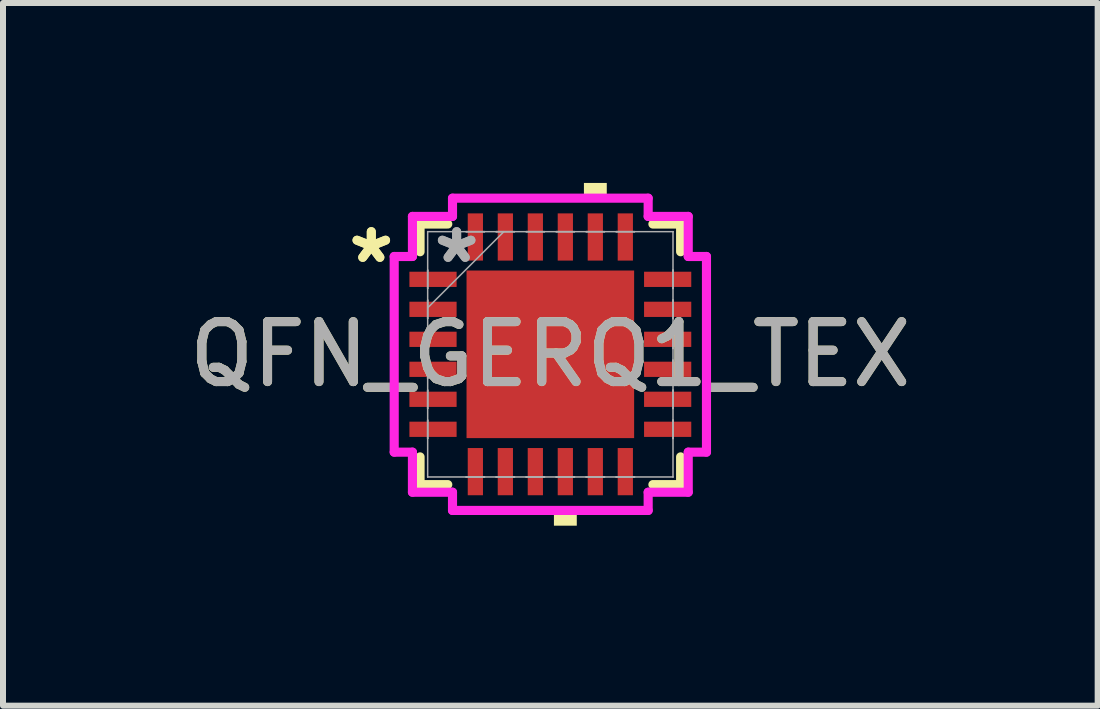
<source format=kicad_pcb>
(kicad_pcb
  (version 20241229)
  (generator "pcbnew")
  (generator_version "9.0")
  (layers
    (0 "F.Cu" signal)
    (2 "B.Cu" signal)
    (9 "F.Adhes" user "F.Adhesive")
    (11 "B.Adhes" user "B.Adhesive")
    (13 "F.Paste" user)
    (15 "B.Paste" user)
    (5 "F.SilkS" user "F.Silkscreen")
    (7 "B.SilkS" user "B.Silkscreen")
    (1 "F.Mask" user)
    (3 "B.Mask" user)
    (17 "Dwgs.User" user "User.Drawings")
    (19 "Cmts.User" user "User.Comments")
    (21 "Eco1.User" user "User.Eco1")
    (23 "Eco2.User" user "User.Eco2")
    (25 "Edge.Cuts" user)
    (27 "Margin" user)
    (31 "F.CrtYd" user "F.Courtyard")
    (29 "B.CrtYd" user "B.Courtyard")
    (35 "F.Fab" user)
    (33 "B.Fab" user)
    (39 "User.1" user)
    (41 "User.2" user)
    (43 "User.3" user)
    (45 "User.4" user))
  (footprint "QFN_GERQ1_TEX"
    (layer "F.Cu")
    (at 6.125 2.857)
    (property "Reference" "QFN_GERQ1_TEX" (at 0 0 0) (unlocked yes) (layer "F.SilkS") (effects (font (size 1 1) (thickness 0.15))))
    (attr smd)
    (fp_line (start -2.172 -2.172) (end -2.172 -1.71) (stroke (width 0.152) (type solid)) (layer "F.SilkS"))
    (fp_line (start -2.172 1.71) (end -2.172 2.172) (stroke (width 0.152) (type solid)) (layer "F.SilkS"))
    (fp_line (start -2.172 2.172) (end -1.71 2.172) (stroke (width 0.152) (type solid)) (layer "F.SilkS"))
    (fp_line (start -1.71 -2.172) (end -2.172 -2.172) (stroke (width 0.152) (type solid)) (layer "F.SilkS"))
    (fp_line (start 1.71 2.172) (end 2.172 2.172) (stroke (width 0.152) (type solid)) (layer "F.SilkS"))
    (fp_line (start 2.172 -2.172) (end 1.71 -2.172) (stroke (width 0.152) (type solid)) (layer "F.SilkS"))
    (fp_line (start 2.172 -1.71) (end 2.172 -2.172) (stroke (width 0.152) (type solid)) (layer "F.SilkS"))
    (fp_line (start 2.172 2.172) (end 2.172 1.71) (stroke (width 0.152) (type solid)) (layer "F.SilkS"))
    (fp_poly (pts (xy 0.06 2.603) (xy 0.06 2.857) (xy 0.441 2.857) (xy 0.441 2.603)) (stroke (width 0) (type solid)) (fill yes) (layer "F.SilkS"))
    (fp_poly (pts (xy 0.56 -2.603) (xy 0.56 -2.857) (xy 0.941 -2.857) (xy 0.941 -2.603)) (stroke (width 0) (type solid)) (fill yes) (layer "F.SilkS"))
    (fp_poly (pts (xy -1.297 -1.297) (xy -1.297 -0.1) (xy -0.1 -0.1) (xy -0.1 -1.297)) (stroke (width 0) (type solid)) (fill yes) (layer "F.Paste"))
    (fp_poly (pts (xy -1.297 0.1) (xy -1.297 1.297) (xy -0.1 1.297) (xy -0.1 0.1)) (stroke (width 0) (type solid)) (fill yes) (layer "F.Paste"))
    (fp_poly (pts (xy 0.1 -1.297) (xy 0.1 -0.1) (xy 1.297 -0.1) (xy 1.297 -1.297)) (stroke (width 0) (type solid)) (fill yes) (layer "F.Paste"))
    (fp_poly (pts (xy 0.1 0.1) (xy 0.1 1.297) (xy 1.297 1.297) (xy 1.297 0.1)) (stroke (width 0) (type solid)) (fill yes) (layer "F.Paste"))
    (fp_line (start -2.603 -1.631) (end -2.299 -1.631) (stroke (width 0.152) (type solid)) (layer "F.CrtYd"))
    (fp_line (start -2.603 1.631) (end -2.603 -1.631) (stroke (width 0.152) (type solid)) (layer "F.CrtYd"))
    (fp_line (start -2.299 -2.299) (end -1.631 -2.299) (stroke (width 0.152) (type solid)) (layer "F.CrtYd"))
    (fp_line (start -2.299 -1.631) (end -2.299 -2.299) (stroke (width 0.152) (type solid)) (layer "F.CrtYd"))
    (fp_line (start -2.299 1.631) (end -2.603 1.631) (stroke (width 0.152) (type solid)) (layer "F.CrtYd"))
    (fp_line (start -2.299 2.299) (end -2.299 1.631) (stroke (width 0.152) (type solid)) (layer "F.CrtYd"))
    (fp_line (start -1.631 -2.603) (end 1.631 -2.603) (stroke (width 0.152) (type solid)) (layer "F.CrtYd"))
    (fp_line (start -1.631 -2.299) (end -1.631 -2.603) (stroke (width 0.152) (type solid)) (layer "F.CrtYd"))
    (fp_line (start -1.631 2.299) (end -2.299 2.299) (stroke (width 0.152) (type solid)) (layer "F.CrtYd"))
    (fp_line (start -1.631 2.603) (end -1.631 2.299) (stroke (width 0.152) (type solid)) (layer "F.CrtYd"))
    (fp_line (start 1.631 -2.603) (end 1.631 -2.299) (stroke (width 0.152) (type solid)) (layer "F.CrtYd"))
    (fp_line (start 1.631 -2.299) (end 2.299 -2.299) (stroke (width 0.152) (type solid)) (layer "F.CrtYd"))
    (fp_line (start 1.631 2.299) (end 1.631 2.603) (stroke (width 0.152) (type solid)) (layer "F.CrtYd"))
    (fp_line (start 1.631 2.603) (end -1.631 2.603) (stroke (width 0.152) (type solid)) (layer "F.CrtYd"))
    (fp_line (start 2.299 -2.299) (end 2.299 -1.631) (stroke (width 0.152) (type solid)) (layer "F.CrtYd"))
    (fp_line (start 2.299 -1.631) (end 2.603 -1.631) (stroke (width 0.152) (type solid)) (layer "F.CrtYd"))
    (fp_line (start 2.299 1.631) (end 2.299 2.299) (stroke (width 0.152) (type solid)) (layer "F.CrtYd"))
    (fp_line (start 2.299 2.299) (end 1.631 2.299) (stroke (width 0.152) (type solid)) (layer "F.CrtYd"))
    (fp_line (start 2.603 -1.631) (end 2.603 1.631) (stroke (width 0.152) (type solid)) (layer "F.CrtYd"))
    (fp_line (start 2.603 1.631) (end 2.299 1.631) (stroke (width 0.152) (type solid)) (layer "F.CrtYd"))
    (fp_line (start -2.045 -2.045) (end -2.045 -2.045) (stroke (width 0.025) (type solid)) (layer "F.Fab"))
    (fp_line (start -2.045 -2.045) (end -2.045 2.045) (stroke (width 0.025) (type solid)) (layer "F.Fab"))
    (fp_line (start -2.045 -1.403) (end -2.045 -1.403) (stroke (width 0.025) (type solid)) (layer "F.Fab"))
    (fp_line (start -2.045 -1.403) (end -2.045 -1.098) (stroke (width 0.025) (type solid)) (layer "F.Fab"))
    (fp_line (start -2.045 -1.098) (end -2.045 -1.403) (stroke (width 0.025) (type solid)) (layer "F.Fab"))
    (fp_line (start -2.045 -1.098) (end -2.045 -1.098) (stroke (width 0.025) (type solid)) (layer "F.Fab"))
    (fp_line (start -2.045 -0.903) (end -2.045 -0.903) (stroke (width 0.025) (type solid)) (layer "F.Fab"))
    (fp_line (start -2.045 -0.903) (end -2.045 -0.598) (stroke (width 0.025) (type solid)) (layer "F.Fab"))
    (fp_line (start -2.045 -0.775) (end -0.775 -2.045) (stroke (width 0.025) (type solid)) (layer "F.Fab"))
    (fp_line (start -2.045 -0.598) (end -2.045 -0.903) (stroke (width 0.025) (type solid)) (layer "F.Fab"))
    (fp_line (start -2.045 -0.598) (end -2.045 -0.598) (stroke (width 0.025) (type solid)) (layer "F.Fab"))
    (fp_line (start -2.045 -0.402) (end -2.045 -0.402) (stroke (width 0.025) (type solid)) (layer "F.Fab"))
    (fp_line (start -2.045 -0.402) (end -2.045 -0.098) (stroke (width 0.025) (type solid)) (layer "F.Fab"))
    (fp_line (start -2.045 -0.098) (end -2.045 -0.402) (stroke (width 0.025) (type solid)) (layer "F.Fab"))
    (fp_line (start -2.045 -0.098) (end -2.045 -0.098) (stroke (width 0.025) (type solid)) (layer "F.Fab"))
    (fp_line (start -2.045 0.098) (end -2.045 0.098) (stroke (width 0.025) (type solid)) (layer "F.Fab"))
    (fp_line (start -2.045 0.098) (end -2.045 0.402) (stroke (width 0.025) (type solid)) (layer "F.Fab"))
    (fp_line (start -2.045 0.402) (end -2.045 0.098) (stroke (width 0.025) (type solid)) (layer "F.Fab"))
    (fp_line (start -2.045 0.402) (end -2.045 0.402) (stroke (width 0.025) (type solid)) (layer "F.Fab"))
    (fp_line (start -2.045 0.598) (end -2.045 0.598) (stroke (width 0.025) (type solid)) (layer "F.Fab"))
    (fp_line (start -2.045 0.598) (end -2.045 0.903) (stroke (width 0.025) (type solid)) (layer "F.Fab"))
    (fp_line (start -2.045 0.903) (end -2.045 0.598) (stroke (width 0.025) (type solid)) (layer "F.Fab"))
    (fp_line (start -2.045 0.903) (end -2.045 0.903) (stroke (width 0.025) (type solid)) (layer "F.Fab"))
    (fp_line (start -2.045 1.098) (end -2.045 1.098) (stroke (width 0.025) (type solid)) (layer "F.Fab"))
    (fp_line (start -2.045 1.098) (end -2.045 1.403) (stroke (width 0.025) (type solid)) (layer "F.Fab"))
    (fp_line (start -2.045 1.403) (end -2.045 1.098) (stroke (width 0.025) (type solid)) (layer "F.Fab"))
    (fp_line (start -2.045 1.403) (end -2.045 1.403) (stroke (width 0.025) (type solid)) (layer "F.Fab"))
    (fp_line (start -2.045 2.045) (end -2.045 2.045) (stroke (width 0.025) (type solid)) (layer "F.Fab"))
    (fp_line (start -2.045 2.045) (end 2.045 2.045) (stroke (width 0.025) (type solid)) (layer "F.Fab"))
    (fp_line (start -1.403 -2.045) (end -1.403 -2.045) (stroke (width 0.025) (type solid)) (layer "F.Fab"))
    (fp_line (start -1.403 -2.045) (end -1.098 -2.045) (stroke (width 0.025) (type solid)) (layer "F.Fab"))
    (fp_line (start -1.403 2.045) (end -1.403 2.045) (stroke (width 0.025) (type solid)) (layer "F.Fab"))
    (fp_line (start -1.403 2.045) (end -1.098 2.045) (stroke (width 0.025) (type solid)) (layer "F.Fab"))
    (fp_line (start -1.098 -2.045) (end -1.403 -2.045) (stroke (width 0.025) (type solid)) (layer "F.Fab"))
    (fp_line (start -1.098 -2.045) (end -1.098 -2.045) (stroke (width 0.025) (type solid)) (layer "F.Fab"))
    (fp_line (start -1.098 2.045) (end -1.403 2.045) (stroke (width 0.025) (type solid)) (layer "F.Fab"))
    (fp_line (start -1.098 2.045) (end -1.098 2.045) (stroke (width 0.025) (type solid)) (layer "F.Fab"))
    (fp_line (start -0.903 -2.045) (end -0.903 -2.045) (stroke (width 0.025) (type solid)) (layer "F.Fab"))
    (fp_line (start -0.903 -2.045) (end -0.598 -2.045) (stroke (width 0.025) (type solid)) (layer "F.Fab"))
    (fp_line (start -0.903 2.045) (end -0.903 2.045) (stroke (width 0.025) (type solid)) (layer "F.Fab"))
    (fp_line (start -0.903 2.045) (end -0.598 2.045) (stroke (width 0.025) (type solid)) (layer "F.Fab"))
    (fp_line (start -0.598 -2.045) (end -0.903 -2.045) (stroke (width 0.025) (type solid)) (layer "F.Fab"))
    (fp_line (start -0.598 -2.045) (end -0.598 -2.045) (stroke (width 0.025) (type solid)) (layer "F.Fab"))
    (fp_line (start -0.598 2.045) (end -0.903 2.045) (stroke (width 0.025) (type solid)) (layer "F.Fab"))
    (fp_line (start -0.598 2.045) (end -0.598 2.045) (stroke (width 0.025) (type solid)) (layer "F.Fab"))
    (fp_line (start -0.402 -2.045) (end -0.402 -2.045) (stroke (width 0.025) (type solid)) (layer "F.Fab"))
    (fp_line (start -0.402 -2.045) (end -0.098 -2.045) (stroke (width 0.025) (type solid)) (layer "F.Fab"))
    (fp_line (start -0.402 2.045) (end -0.402 2.045) (stroke (width 0.025) (type solid)) (layer "F.Fab"))
    (fp_line (start -0.402 2.045) (end -0.098 2.045) (stroke (width 0.025) (type solid)) (layer "F.Fab"))
    (fp_line (start -0.098 -2.045) (end -0.402 -2.045) (stroke (width 0.025) (type solid)) (layer "F.Fab"))
    (fp_line (start -0.098 -2.045) (end -0.098 -2.045) (stroke (width 0.025) (type solid)) (layer "F.Fab"))
    (fp_line (start -0.098 2.045) (end -0.402 2.045) (stroke (width 0.025) (type solid)) (layer "F.Fab"))
    (fp_line (start -0.098 2.045) (end -0.098 2.045) (stroke (width 0.025) (type solid)) (layer "F.Fab"))
    (fp_line (start 0.098 -2.045) (end 0.098 -2.045) (stroke (width 0.025) (type solid)) (layer "F.Fab"))
    (fp_line (start 0.098 -2.045) (end 0.402 -2.045) (stroke (width 0.025) (type solid)) (layer "F.Fab"))
    (fp_line (start 0.098 2.045) (end 0.098 2.045) (stroke (width 0.025) (type solid)) (layer "F.Fab"))
    (fp_line (start 0.098 2.045) (end 0.402 2.045) (stroke (width 0.025) (type solid)) (layer "F.Fab"))
    (fp_line (start 0.402 -2.045) (end 0.098 -2.045) (stroke (width 0.025) (type solid)) (layer "F.Fab"))
    (fp_line (start 0.402 -2.045) (end 0.402 -2.045) (stroke (width 0.025) (type solid)) (layer "F.Fab"))
    (fp_line (start 0.402 2.045) (end 0.098 2.045) (stroke (width 0.025) (type solid)) (layer "F.Fab"))
    (fp_line (start 0.402 2.045) (end 0.402 2.045) (stroke (width 0.025) (type solid)) (layer "F.Fab"))
    (fp_line (start 0.598 -2.045) (end 0.598 -2.045) (stroke (width 0.025) (type solid)) (layer "F.Fab"))
    (fp_line (start 0.598 -2.045) (end 0.903 -2.045) (stroke (width 0.025) (type solid)) (layer "F.Fab"))
    (fp_line (start 0.598 2.045) (end 0.598 2.045) (stroke (width 0.025) (type solid)) (layer "F.Fab"))
    (fp_line (start 0.598 2.045) (end 0.903 2.045) (stroke (width 0.025) (type solid)) (layer "F.Fab"))
    (fp_line (start 0.903 -2.045) (end 0.598 -2.045) (stroke (width 0.025) (type solid)) (layer "F.Fab"))
    (fp_line (start 0.903 -2.045) (end 0.903 -2.045) (stroke (width 0.025) (type solid)) (layer "F.Fab"))
    (fp_line (start 0.903 2.045) (end 0.598 2.045) (stroke (width 0.025) (type solid)) (layer "F.Fab"))
    (fp_line (start 0.903 2.045) (end 0.903 2.045) (stroke (width 0.025) (type solid)) (layer "F.Fab"))
    (fp_line (start 1.098 -2.045) (end 1.098 -2.045) (stroke (width 0.025) (type solid)) (layer "F.Fab"))
    (fp_line (start 1.098 -2.045) (end 1.403 -2.045) (stroke (width 0.025) (type solid)) (layer "F.Fab"))
    (fp_line (start 1.098 2.045) (end 1.098 2.045) (stroke (width 0.025) (type solid)) (layer "F.Fab"))
    (fp_line (start 1.098 2.045) (end 1.403 2.045) (stroke (width 0.025) (type solid)) (layer "F.Fab"))
    (fp_line (start 1.403 -2.045) (end 1.098 -2.045) (stroke (width 0.025) (type solid)) (layer "F.Fab"))
    (fp_line (start 1.403 -2.045) (end 1.403 -2.045) (stroke (width 0.025) (type solid)) (layer "F.Fab"))
    (fp_line (start 1.403 2.045) (end 1.098 2.045) (stroke (width 0.025) (type solid)) (layer "F.Fab"))
    (fp_line (start 1.403 2.045) (end 1.403 2.045) (stroke (width 0.025) (type solid)) (layer "F.Fab"))
    (fp_line (start 2.045 -2.045) (end -2.045 -2.045) (stroke (width 0.025) (type solid)) (layer "F.Fab"))
    (fp_line (start 2.045 -2.045) (end 2.045 -2.045) (stroke (width 0.025) (type solid)) (layer "F.Fab"))
    (fp_line (start 2.045 -1.403) (end 2.045 -1.403) (stroke (width 0.025) (type solid)) (layer "F.Fab"))
    (fp_line (start 2.045 -1.403) (end 2.045 -1.098) (stroke (width 0.025) (type solid)) (layer "F.Fab"))
    (fp_line (start 2.045 -1.098) (end 2.045 -1.403) (stroke (width 0.025) (type solid)) (layer "F.Fab"))
    (fp_line (start 2.045 -1.098) (end 2.045 -1.098) (stroke (width 0.025) (type solid)) (layer "F.Fab"))
    (fp_line (start 2.045 -0.903) (end 2.045 -0.903) (stroke (width 0.025) (type solid)) (layer "F.Fab"))
    (fp_line (start 2.045 -0.903) (end 2.045 -0.598) (stroke (width 0.025) (type solid)) (layer "F.Fab"))
    (fp_line (start 2.045 -0.598) (end 2.045 -0.903) (stroke (width 0.025) (type solid)) (layer "F.Fab"))
    (fp_line (start 2.045 -0.598) (end 2.045 -0.598) (stroke (width 0.025) (type solid)) (layer "F.Fab"))
    (fp_line (start 2.045 -0.402) (end 2.045 -0.402) (stroke (width 0.025) (type solid)) (layer "F.Fab"))
    (fp_line (start 2.045 -0.402) (end 2.045 -0.098) (stroke (width 0.025) (type solid)) (layer "F.Fab"))
    (fp_line (start 2.045 -0.098) (end 2.045 -0.402) (stroke (width 0.025) (type solid)) (layer "F.Fab"))
    (fp_line (start 2.045 -0.098) (end 2.045 -0.098) (stroke (width 0.025) (type solid)) (layer "F.Fab"))
    (fp_line (start 2.045 0.098) (end 2.045 0.098) (stroke (width 0.025) (type solid)) (layer "F.Fab"))
    (fp_line (start 2.045 0.098) (end 2.045 0.402) (stroke (width 0.025) (type solid)) (layer "F.Fab"))
    (fp_line (start 2.045 0.402) (end 2.045 0.098) (stroke (width 0.025) (type solid)) (layer "F.Fab"))
    (fp_line (start 2.045 0.402) (end 2.045 0.402) (stroke (width 0.025) (type solid)) (layer "F.Fab"))
    (fp_line (start 2.045 0.598) (end 2.045 0.598) (stroke (width 0.025) (type solid)) (layer "F.Fab"))
    (fp_line (start 2.045 0.598) (end 2.045 0.903) (stroke (width 0.025) (type solid)) (layer "F.Fab"))
    (fp_line (start 2.045 0.903) (end 2.045 0.598) (stroke (width 0.025) (type solid)) (layer "F.Fab"))
    (fp_line (start 2.045 0.903) (end 2.045 0.903) (stroke (width 0.025) (type solid)) (layer "F.Fab"))
    (fp_line (start 2.045 1.098) (end 2.045 1.098) (stroke (width 0.025) (type solid)) (layer "F.Fab"))
    (fp_line (start 2.045 1.098) (end 2.045 1.403) (stroke (width 0.025) (type solid)) (layer "F.Fab"))
    (fp_line (start 2.045 1.403) (end 2.045 1.098) (stroke (width 0.025) (type solid)) (layer "F.Fab"))
    (fp_line (start 2.045 1.403) (end 2.045 1.403) (stroke (width 0.025) (type solid)) (layer "F.Fab"))
    (fp_line (start 2.045 2.045) (end 2.045 -2.045) (stroke (width 0.025) (type solid)) (layer "F.Fab"))
    (fp_line (start 2.045 2.045) (end 2.045 2.045) (stroke (width 0.025) (type solid)) (layer "F.Fab"))
    (fp_text user "*" (at -2.985 -1.5 0) (layer "F.SilkS") (effects (font (size 1 1) (thickness 0.15))))
    (fp_text user "*" (at -2.985 -1.5 0) (unlocked yes) (layer "F.SilkS") (effects (font (size 1 1) (thickness 0.15))))
    (fp_text user "*" (at -1.562 -1.5 0) (unlocked yes) (layer "F.Fab") (effects (font (size 1 1) (thickness 0.15))))
    (fp_text user "${REFERENCE}" (at 0 0 0) (unlocked yes) (layer "F.Fab") (effects (font (size 1 1) (thickness 0.15))))
    (fp_text user "*" (at -1.562 -1.5 0) (layer "F.Fab") (effects (font (size 1 1) (thickness 0.15))))
    (pad "1" smd rect (at -1.956 -1.25 90) (size 0.254 0.787) (layers "F.Cu" "F.Mask" "F.Paste"))
    (pad "2" smd rect (at -1.956 -0.75 90) (size 0.254 0.787) (layers "F.Cu" "F.Mask" "F.Paste"))
    (pad "3" smd rect (at -1.956 -0.25 90) (size 0.254 0.787) (layers "F.Cu" "F.Mask" "F.Paste"))
    (pad "4" smd rect (at -1.956 0.25 90) (size 0.254 0.787) (layers "F.Cu" "F.Mask" "F.Paste"))
    (pad "5" smd rect (at -1.956 0.75 90) (size 0.254 0.787) (layers "F.Cu" "F.Mask" "F.Paste"))
    (pad "6" smd rect (at -1.956 1.25 90) (size 0.254 0.787) (layers "F.Cu" "F.Mask" "F.Paste"))
    (pad "7" smd rect (at -1.25 1.956) (size 0.254 0.787) (layers "F.Cu" "F.Mask" "F.Paste"))
    (pad "8" smd rect (at -0.75 1.956) (size 0.254 0.787) (layers "F.Cu" "F.Mask" "F.Paste"))
    (pad "9" smd rect (at -0.25 1.956) (size 0.254 0.787) (layers "F.Cu" "F.Mask" "F.Paste"))
    (pad "10" smd rect (at 0.25 1.956) (size 0.254 0.787) (layers "F.Cu" "F.Mask" "F.Paste"))
    (pad "11" smd rect (at 0.75 1.956) (size 0.254 0.787) (layers "F.Cu" "F.Mask" "F.Paste"))
    (pad "12" smd rect (at 1.25 1.956) (size 0.254 0.787) (layers "F.Cu" "F.Mask" "F.Paste"))
    (pad "13" smd rect (at 1.956 1.25 90) (size 0.254 0.787) (layers "F.Cu" "F.Mask" "F.Paste"))
    (pad "14" smd rect (at 1.956 0.75 90) (size 0.254 0.787) (layers "F.Cu" "F.Mask" "F.Paste"))
    (pad "15" smd rect (at 1.956 0.25 90) (size 0.254 0.787) (layers "F.Cu" "F.Mask" "F.Paste"))
    (pad "16" smd rect (at 1.956 -0.25 90) (size 0.254 0.787) (layers "F.Cu" "F.Mask" "F.Paste"))
    (pad "17" smd rect (at 1.956 -0.75 90) (size 0.254 0.787) (layers "F.Cu" "F.Mask" "F.Paste"))
    (pad "18" smd rect (at 1.956 -1.25 90) (size 0.254 0.787) (layers "F.Cu" "F.Mask" "F.Paste"))
    (pad "19" smd rect (at 1.25 -1.956) (size 0.254 0.787) (layers "F.Cu" "F.Mask" "F.Paste"))
    (pad "20" smd rect (at 0.75 -1.956) (size 0.254 0.787) (layers "F.Cu" "F.Mask" "F.Paste"))
    (pad "21" smd rect (at 0.25 -1.956) (size 0.254 0.787) (layers "F.Cu" "F.Mask" "F.Paste"))
    (pad "22" smd rect (at -0.25 -1.956) (size 0.254 0.787) (layers "F.Cu" "F.Mask" "F.Paste"))
    (pad "23" smd rect (at -0.75 -1.956) (size 0.254 0.787) (layers "F.Cu" "F.Mask" "F.Paste"))
    (pad "24" smd rect (at -1.25 -1.956) (size 0.254 0.787) (layers "F.Cu" "F.Mask" "F.Paste"))
    (pad "25" smd rect (at 0 0) (size 2.794 2.794) (layers "F.Cu" "F.Mask" "F.Paste")))
  (gr_rect
    (start -3 -3)
    (end 15.25 8.715)
    (stroke (width 0.1) (type default))
    (fill no)
    (layer "Edge.Cuts")))
</source>
